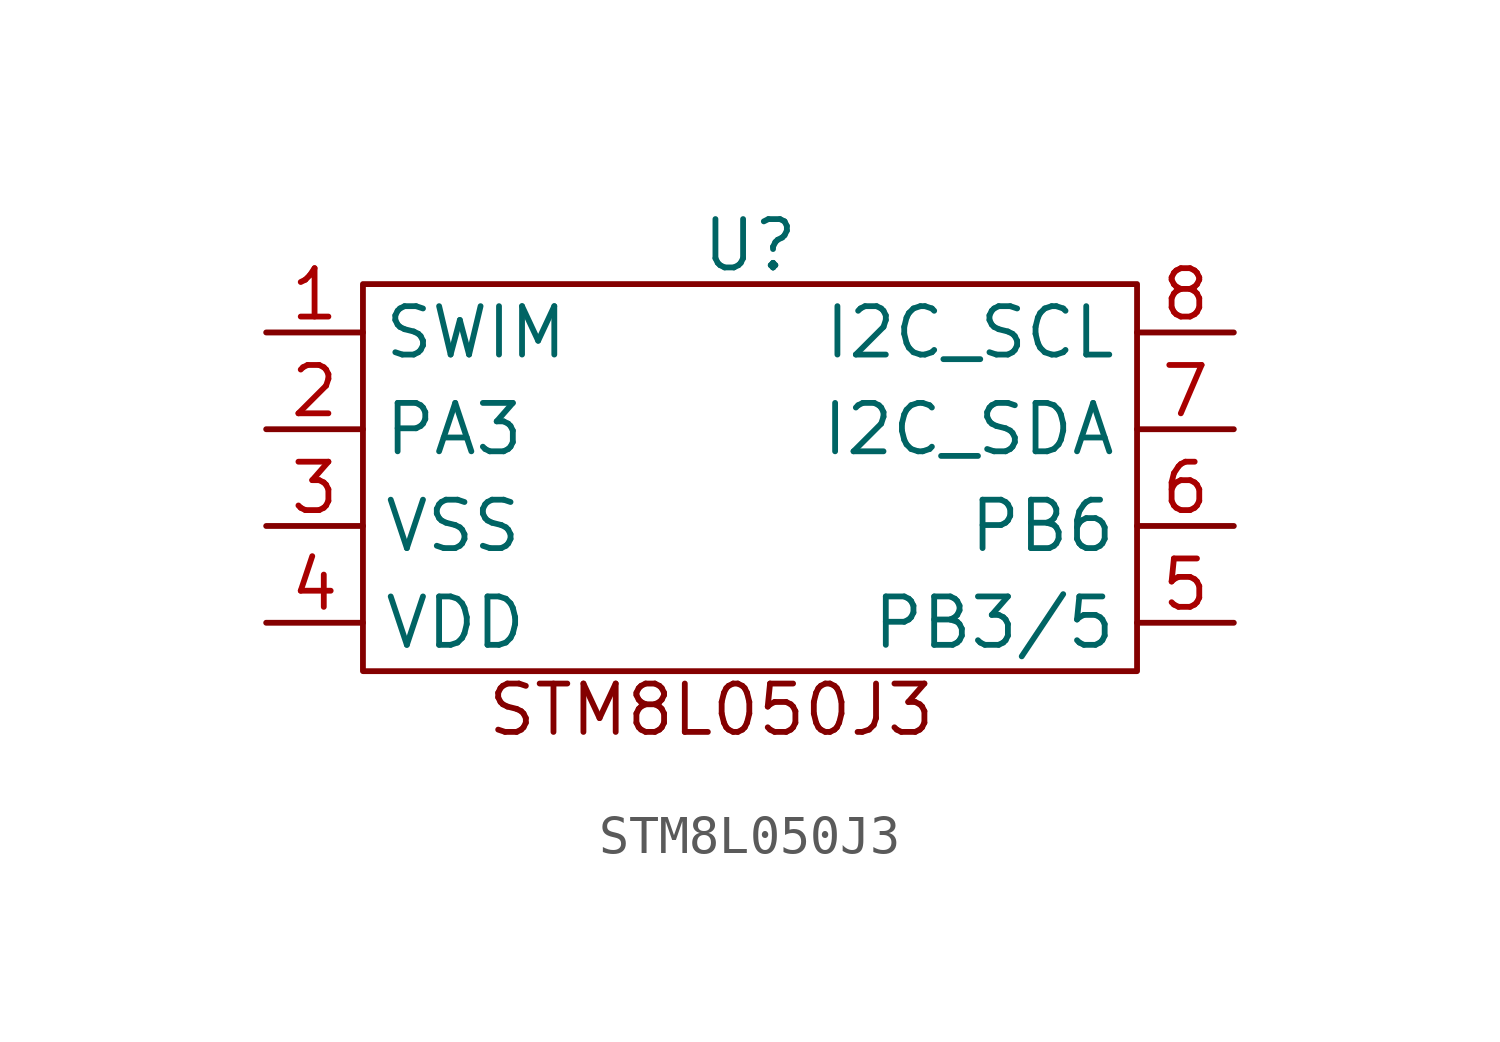
<source format=kicad_sym>
(kicad_symbol_lib
  (version 20241209)
  (generator "kicad_symbol_editor")
  (generator_version "9.0")
  (symbol "STM8L050J3"
    (property "Reference" "U"
      (at 0 6.096 0)
      (effects (font (size 1.27 1.27))))
    (property "Value" ""
      (at 0 0 0)
      (effects (font (size 1.27 1.27))))
    (symbol "STM8L050J3_0_1"
      (rectangle (start -10.16 5.08) (end 10.16 -5.08) (stroke (width 0) (type default)) (fill (type none))))
    (symbol "STM8L050J3_1_1"
      (text "STM8L050J3" (at -1.016 -6.096 0) (effects (font (size 1.27 1.27))))
      (pin bidirectional line (at -12.7 3.81 0) (length 2.54) (name "SWIM" (effects (font (size 1.27 1.27)))) (number "1" (effects (font (size 1.27 1.27)))))
      (pin bidirectional line (at -12.7 1.27 0) (length 2.54) (name "PA3" (effects (font (size 1.27 1.27)))) (number "2" (effects (font (size 1.27 1.27)))))
      (pin power_in line (at -12.7 -1.27 0) (length 2.54) (name "VSS" (effects (font (size 1.27 1.27)))) (number "3" (effects (font (size 1.27 1.27)))))
      (pin power_in line (at -12.7 -3.81 0) (length 2.54) (name "VDD" (effects (font (size 1.27 1.27)))) (number "4" (effects (font (size 1.27 1.27)))))
      (pin bidirectional line (at 12.7 3.81 180) (length 2.54) (name "I2C_SCL" (effects (font (size 1.27 1.27)))) (number "8" (effects (font (size 1.27 1.27)))))
      (pin bidirectional line (at 12.7 1.27 180) (length 2.54) (name "I2C_SDA" (effects (font (size 1.27 1.27)))) (number "7" (effects (font (size 1.27 1.27)))))
      (pin bidirectional line (at 12.7 -1.27 180) (length 2.54) (name "PB6" (effects (font (size 1.27 1.27)))) (number "6" (effects (font (size 1.27 1.27)))))
      (pin bidirectional line (at 12.7 -3.81 180) (length 2.54) (name "PB3/5" (effects (font (size 1.27 1.27)))) (number "5" (effects (font (size 1.27 1.27))))))))
</source>
